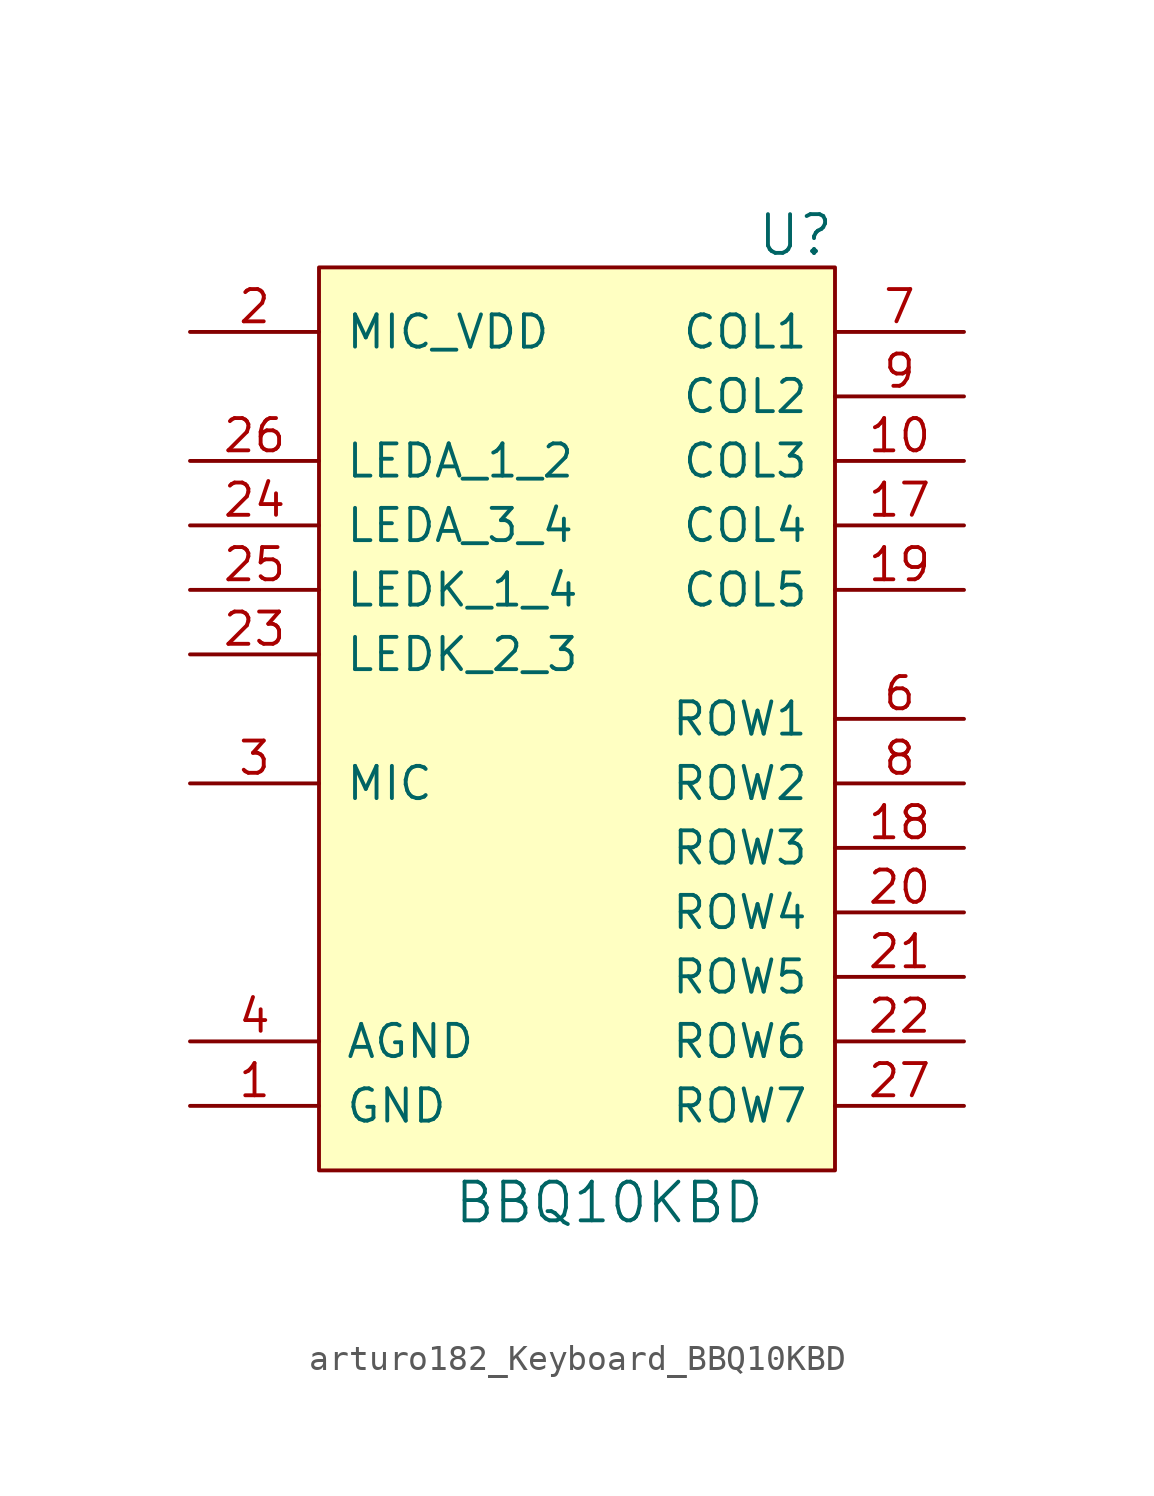
<source format=kicad_sym>
(kicad_symbol_lib
  (version 20220914)
  (generator kicad_symbol_editor)
  (symbol "Keyboard:arturo182_Keyboard_BBQ10KBD"
    (pin_names
      (offset 1.016))
    (property "Reference" "U"
      (at 10.16 19.05 0)
      (effects (font (size 1.524 1.524)) (justify right)))
    (property "Value" "BBQ10KBD"
      (at 1.27 -19.05 0)
      (effects (font (size 1.524 1.524))))
    (symbol "arturo182_Keyboard_BBQ10KBD_0_1"
      (rectangle (start -10.16 17.78) (end 10.16 -17.78) (stroke (width 0)) (fill (type background))))
    (symbol "arturo182_Keyboard_BBQ10KBD_1_1"
      (pin power_in line (at -15.24 -15.24 0) (length 5.08) (name "GND" (effects (font (size 1.27 1.27)))) (number "1" (effects (font (size 1.27 1.27)))))
      (pin output line (at 15.24 10.16 180) (length 5.08) (name "COL3" (effects (font (size 1.27 1.27)))) (number "10" (effects (font (size 1.27 1.27)))))
      (pin passive line (at -15.24 -15.24 0) (length 5.08) hide (name "GND" (effects (font (size 1.27 1.27)))) (number "11" (effects (font (size 1.27 1.27)))))
      (pin passive line (at -15.24 -15.24 0) (length 5.08) hide (name "GND" (effects (font (size 1.27 1.27)))) (number "12" (effects (font (size 1.27 1.27)))))
      (pin passive line (at -15.24 -15.24 0) (length 5.08) hide (name "GND" (effects (font (size 1.27 1.27)))) (number "13" (effects (font (size 1.27 1.27)))))
      (pin passive line (at -15.24 -15.24 0) (length 5.08) hide (name "GND" (effects (font (size 1.27 1.27)))) (number "14" (effects (font (size 1.27 1.27)))))
      (pin passive line (at -15.24 -15.24 0) (length 5.08) hide (name "GND" (effects (font (size 1.27 1.27)))) (number "15" (effects (font (size 1.27 1.27)))))
      (pin passive line (at -15.24 -15.24 0) (length 5.08) hide (name "GND" (effects (font (size 1.27 1.27)))) (number "16" (effects (font (size 1.27 1.27)))))
      (pin output line (at 15.24 7.62 180) (length 5.08) (name "COL4" (effects (font (size 1.27 1.27)))) (number "17" (effects (font (size 1.27 1.27)))))
      (pin output line (at 15.24 -5.08 180) (length 5.08) (name "ROW3" (effects (font (size 1.27 1.27)))) (number "18" (effects (font (size 1.27 1.27)))))
      (pin output line (at 15.24 5.08 180) (length 5.08) (name "COL5" (effects (font (size 1.27 1.27)))) (number "19" (effects (font (size 1.27 1.27)))))
      (pin input line (at -15.24 15.24 0) (length 5.08) (name "MIC_VDD" (effects (font (size 1.27 1.27)))) (number "2" (effects (font (size 1.27 1.27)))))
      (pin output line (at 15.24 -7.62 180) (length 5.08) (name "ROW4" (effects (font (size 1.27 1.27)))) (number "20" (effects (font (size 1.27 1.27)))))
      (pin output line (at 15.24 -10.16 180) (length 5.08) (name "ROW5" (effects (font (size 1.27 1.27)))) (number "21" (effects (font (size 1.27 1.27)))))
      (pin output line (at 15.24 -12.7 180) (length 5.08) (name "ROW6" (effects (font (size 1.27 1.27)))) (number "22" (effects (font (size 1.27 1.27)))))
      (pin input line (at -15.24 2.54 0) (length 5.08) (name "LEDK_2_3" (effects (font (size 1.27 1.27)))) (number "23" (effects (font (size 1.27 1.27)))))
      (pin power_in line (at -15.24 7.62 0) (length 5.08) (name "LEDA_3_4" (effects (font (size 1.27 1.27)))) (number "24" (effects (font (size 1.27 1.27)))))
      (pin input line (at -15.24 5.08 0) (length 5.08) (name "LEDK_1_4" (effects (font (size 1.27 1.27)))) (number "25" (effects (font (size 1.27 1.27)))))
      (pin power_in line (at -15.24 10.16 0) (length 5.08) (name "LEDA_1_2" (effects (font (size 1.27 1.27)))) (number "26" (effects (font (size 1.27 1.27)))))
      (pin output line (at 15.24 -15.24 180) (length 5.08) (name "ROW7" (effects (font (size 1.27 1.27)))) (number "27" (effects (font (size 1.27 1.27)))))
      (pin passive line (at -15.24 -15.24 0) (length 5.08) hide (name "GND" (effects (font (size 1.27 1.27)))) (number "28" (effects (font (size 1.27 1.27)))))
      (pin output line (at -15.24 -2.54 0) (length 5.08) (name "MIC" (effects (font (size 1.27 1.27)))) (number "3" (effects (font (size 1.27 1.27)))))
      (pin power_in line (at -15.24 -12.7 0) (length 5.08) (name "AGND" (effects (font (size 1.27 1.27)))) (number "4" (effects (font (size 1.27 1.27)))))
      (pin passive line (at -15.24 -15.24 0) (length 5.08) hide (name "GND" (effects (font (size 1.27 1.27)))) (number "5" (effects (font (size 1.27 1.27)))))
      (pin output line (at 15.24 0 180) (length 5.08) (name "ROW1" (effects (font (size 1.27 1.27)))) (number "6" (effects (font (size 1.27 1.27)))))
      (pin output line (at 15.24 15.24 180) (length 5.08) (name "COL1" (effects (font (size 1.27 1.27)))) (number "7" (effects (font (size 1.27 1.27)))))
      (pin output line (at 15.24 -2.54 180) (length 5.08) (name "ROW2" (effects (font (size 1.27 1.27)))) (number "8" (effects (font (size 1.27 1.27)))))
      (pin output line (at 15.24 12.7 180) (length 5.08) (name "COL2" (effects (font (size 1.27 1.27)))) (number "9" (effects (font (size 1.27 1.27))))))))
</source>
